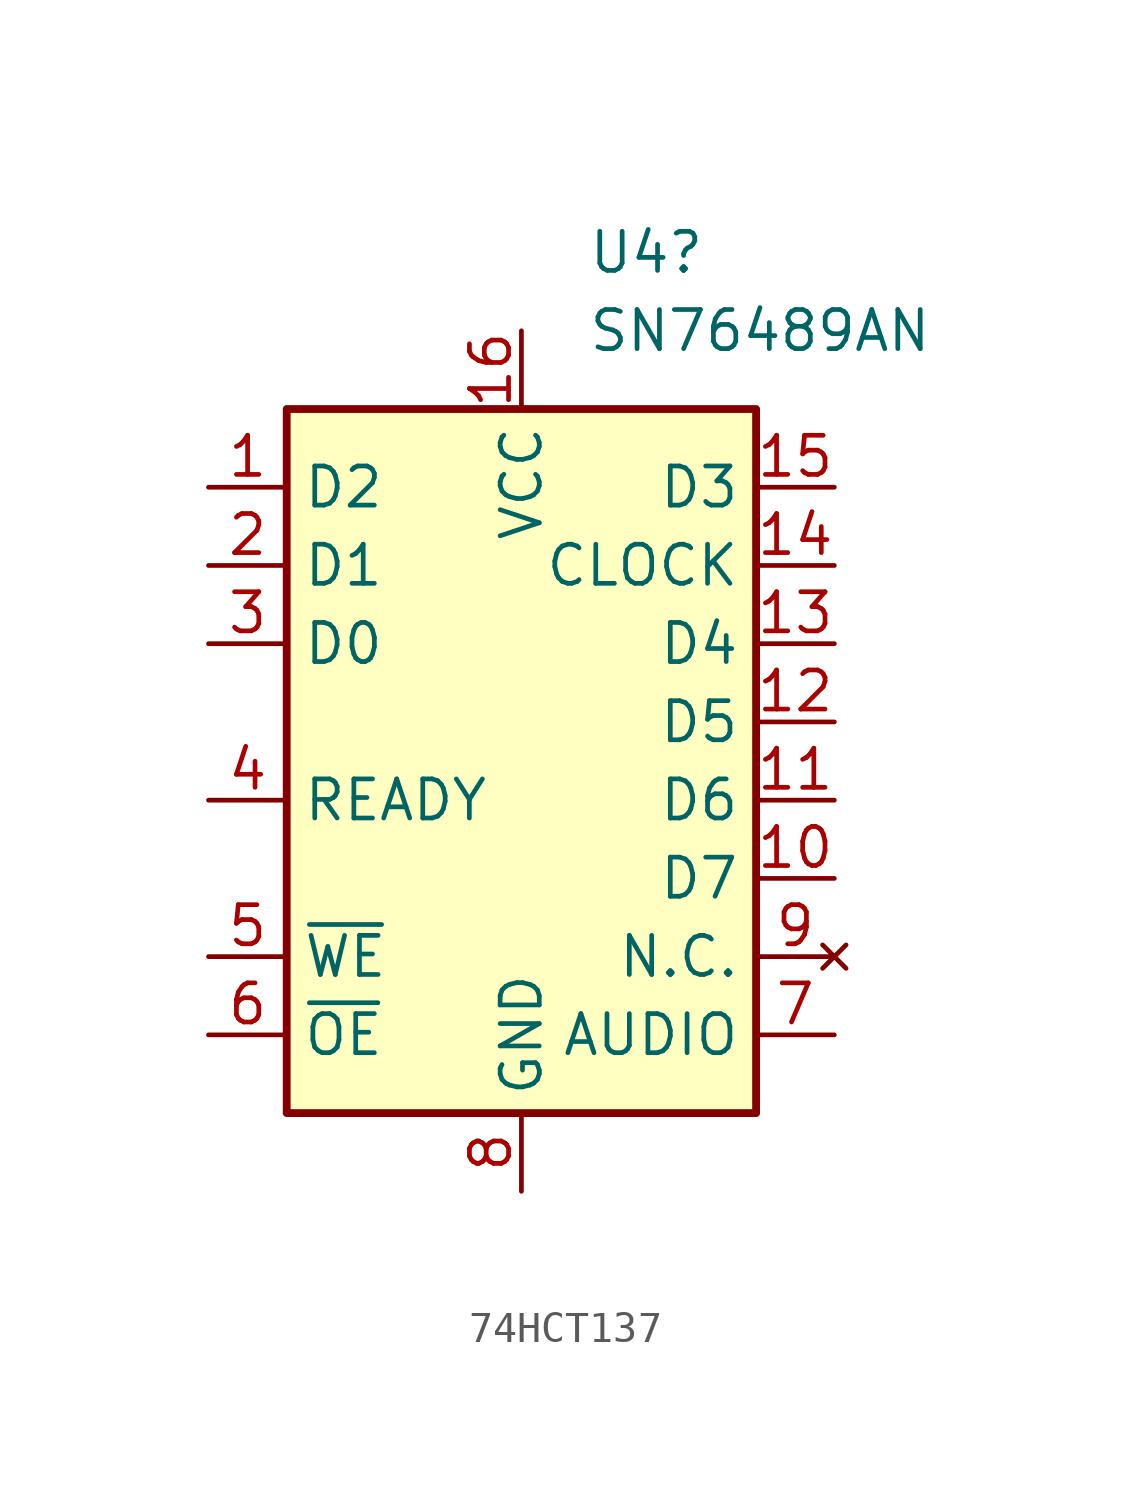
<source format=kicad_sym>
(kicad_symbol_lib
  (version 20241209)
  (generator "kicad_symbol_editor")
  (generator_version "9.0")
  (symbol "74HCT137"
    (property "Reference" "U4"
      (at 2.143 17.78 0)
      (effects (font (size 1.27 1.27)) (justify left)))
    (property "Value" "SN76489AN"
      (at 2.143 15.24 0)
      (effects (font (size 1.27 1.27)) (justify left)))
    (symbol "74HCT137_0_1"
      (rectangle (start -7.62 12.7) (end 7.62 -10.16) (stroke (width 0.254) (type default)) (fill (type background))))
    (symbol "74HCT137_1_1"
      (pin input line (at -10.16 10.16 0) (length 2.54) (name "D2" (effects (font (size 1.27 1.27)))) (number "1" (effects (font (size 1.27 1.27)))))
      (pin input line (at -10.16 7.62 0) (length 2.54) (name "D1" (effects (font (size 1.27 1.27)))) (number "2" (effects (font (size 1.27 1.27)))))
      (pin input line (at -10.16 5.08 0) (length 2.54) (name "D0" (effects (font (size 1.27 1.27)))) (number "3" (effects (font (size 1.27 1.27)))))
      (pin output line (at -10.16 0 0) (length 2.54) (name "READY" (effects (font (size 1.27 1.27)))) (number "4" (effects (font (size 1.27 1.27)))))
      (pin input line (at -10.16 -5.08 0) (length 2.54) (name "~{WE}" (effects (font (size 1.27 1.27)))) (number "5" (effects (font (size 1.27 1.27)))))
      (pin input line (at -10.16 -7.62 0) (length 2.54) (name "~{OE}" (effects (font (size 1.27 1.27)))) (number "6" (effects (font (size 1.27 1.27)))))
      (pin power_in line (at 0 15.24 270) (length 2.54) (name "VCC" (effects (font (size 1.27 1.27)))) (number "16" (effects (font (size 1.27 1.27)))))
      (pin power_in line (at 0 -12.7 90) (length 2.54) (name "GND" (effects (font (size 1.27 1.27)))) (number "8" (effects (font (size 1.27 1.27)))))
      (pin input line (at 10.16 10.16 180) (length 2.54) (name "D3" (effects (font (size 1.27 1.27)))) (number "15" (effects (font (size 1.27 1.27)))))
      (pin input line (at 10.16 7.62 180) (length 2.54) (name "CLOCK" (effects (font (size 1.27 1.27)))) (number "14" (effects (font (size 1.27 1.27)))))
      (pin input line (at 10.16 5.08 180) (length 2.54) (name "D4" (effects (font (size 1.27 1.27)))) (number "13" (effects (font (size 1.27 1.27)))))
      (pin input line (at 10.16 2.54 180) (length 2.54) (name "D5" (effects (font (size 1.27 1.27)))) (number "12" (effects (font (size 1.27 1.27)))))
      (pin input line (at 10.16 0 180) (length 2.54) (name "D6" (effects (font (size 1.27 1.27)))) (number "11" (effects (font (size 1.27 1.27)))))
      (pin input line (at 10.16 -2.54 180) (length 2.54) (name "D7" (effects (font (size 1.27 1.27)))) (number "10" (effects (font (size 1.27 1.27)))))
      (pin no_connect line (at 10.16 -5.08 180) (length 2.54) (name "N.C." (effects (font (size 1.27 1.27)))) (number "9" (effects (font (size 1.27 1.27)))))
      (pin output line (at 10.16 -7.62 180) (length 2.54) (name "AUDIO" (effects (font (size 1.27 1.27)))) (number "7" (effects (font (size 1.27 1.27))))))))
</source>
